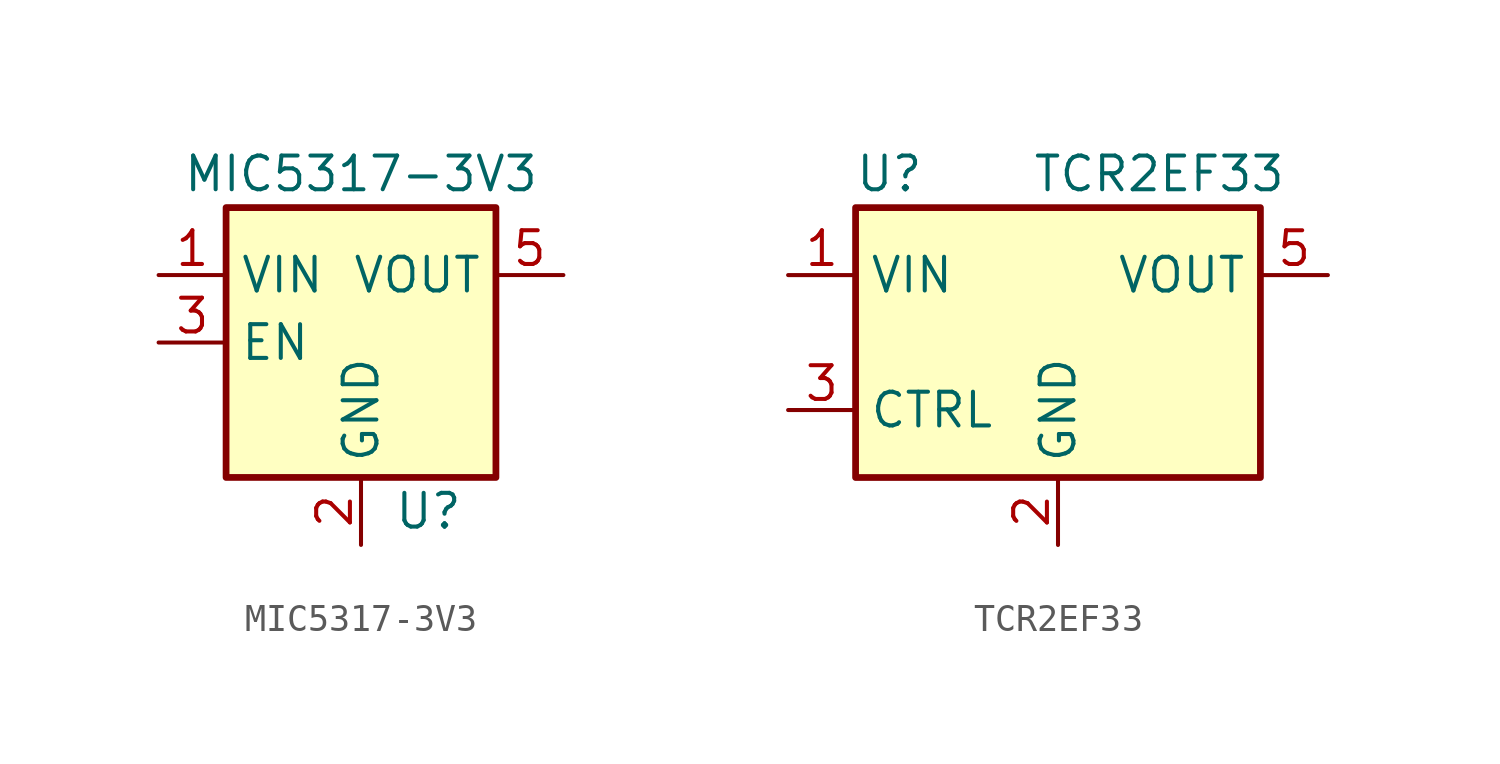
<source format=kicad_sym>
(kicad_symbol_lib
  (version 20211014)
  (generator kicad_symbol_editor)
  (symbol "MIC5317-3V3"
    (property "Reference" "U"
      (at 2.54 -6.35 0)
      (effects (font (size 1.27 1.27))))
    (property "Value" "MIC5317-3V3"
      (at 0 6.35 0)
      (effects (font (size 1.27 1.27))))
    (symbol "MIC5317-3V3_0_1"
      (rectangle (start -5.08 -5.08) (end 5.08 5.08) (stroke (width 0.254) (type default) (color 0 0 0 0)) (fill (type background)))
      (pin power_in line (at -7.62 2.54 0) (length 2.54) (name "VIN" (effects (font (size 1.27 1.27)))) (number "1" (effects (font (size 1.27 1.27)))))
      (pin power_in line (at 0 -7.62 90) (length 2.54) (name "GND" (effects (font (size 1.27 1.27)))) (number "2" (effects (font (size 1.27 1.27)))))
      (pin input line (at -7.62 0 0) (length 2.54) (name "EN" (effects (font (size 1.27 1.27)))) (number "3" (effects (font (size 1.27 1.27)))))
      (pin no_connect line (at 5.08 0 180) (length 2.54) hide (name "NC" (effects (font (size 1.27 1.27)))) (number "4" (effects (font (size 1.27 1.27)))))
      (pin power_out line (at 7.62 2.54 180) (length 2.54) (name "VOUT" (effects (font (size 1.27 1.27)))) (number "5" (effects (font (size 1.27 1.27)))))))
  (symbol "TCR2EF33"
    (property "Reference" "U"
      (at 1.27 1.27 0)
      (effects (font (size 1.27 1.27))))
    (property "Value" "TCR2EF33"
      (at 11.43 1.27 0)
      (effects (font (size 1.27 1.27))))
    (symbol "TCR2EF33_0_1"
      (rectangle (start 0 -10.16) (end 15.24 0) (stroke (width 0.254) (type default) (color 0 0 0 0)) (fill (type background))))
    (symbol "TCR2EF33_1_1"
      (pin power_in line (at -2.54 -2.54 0) (length 2.54) (name "VIN" (effects (font (size 1.27 1.27)))) (number "1" (effects (font (size 1.27 1.27)))))
      (pin power_in line (at 7.62 -12.7 90) (length 2.54) (name "GND" (effects (font (size 1.27 1.27)))) (number "2" (effects (font (size 1.27 1.27)))))
      (pin input line (at -2.54 -7.62 0) (length 2.54) (name "CTRL" (effects (font (size 1.27 1.27)))) (number "3" (effects (font (size 1.27 1.27)))))
      (pin no_connect line (at 15.24 -7.62 180) (length 2.54) hide (name "NC" (effects (font (size 1.27 1.27)))) (number "4" (effects (font (size 1.27 1.27)))))
      (pin power_out line (at 17.78 -2.54 180) (length 2.54) (name "VOUT" (effects (font (size 1.27 1.27)))) (number "5" (effects (font (size 1.27 1.27))))))))
</source>
